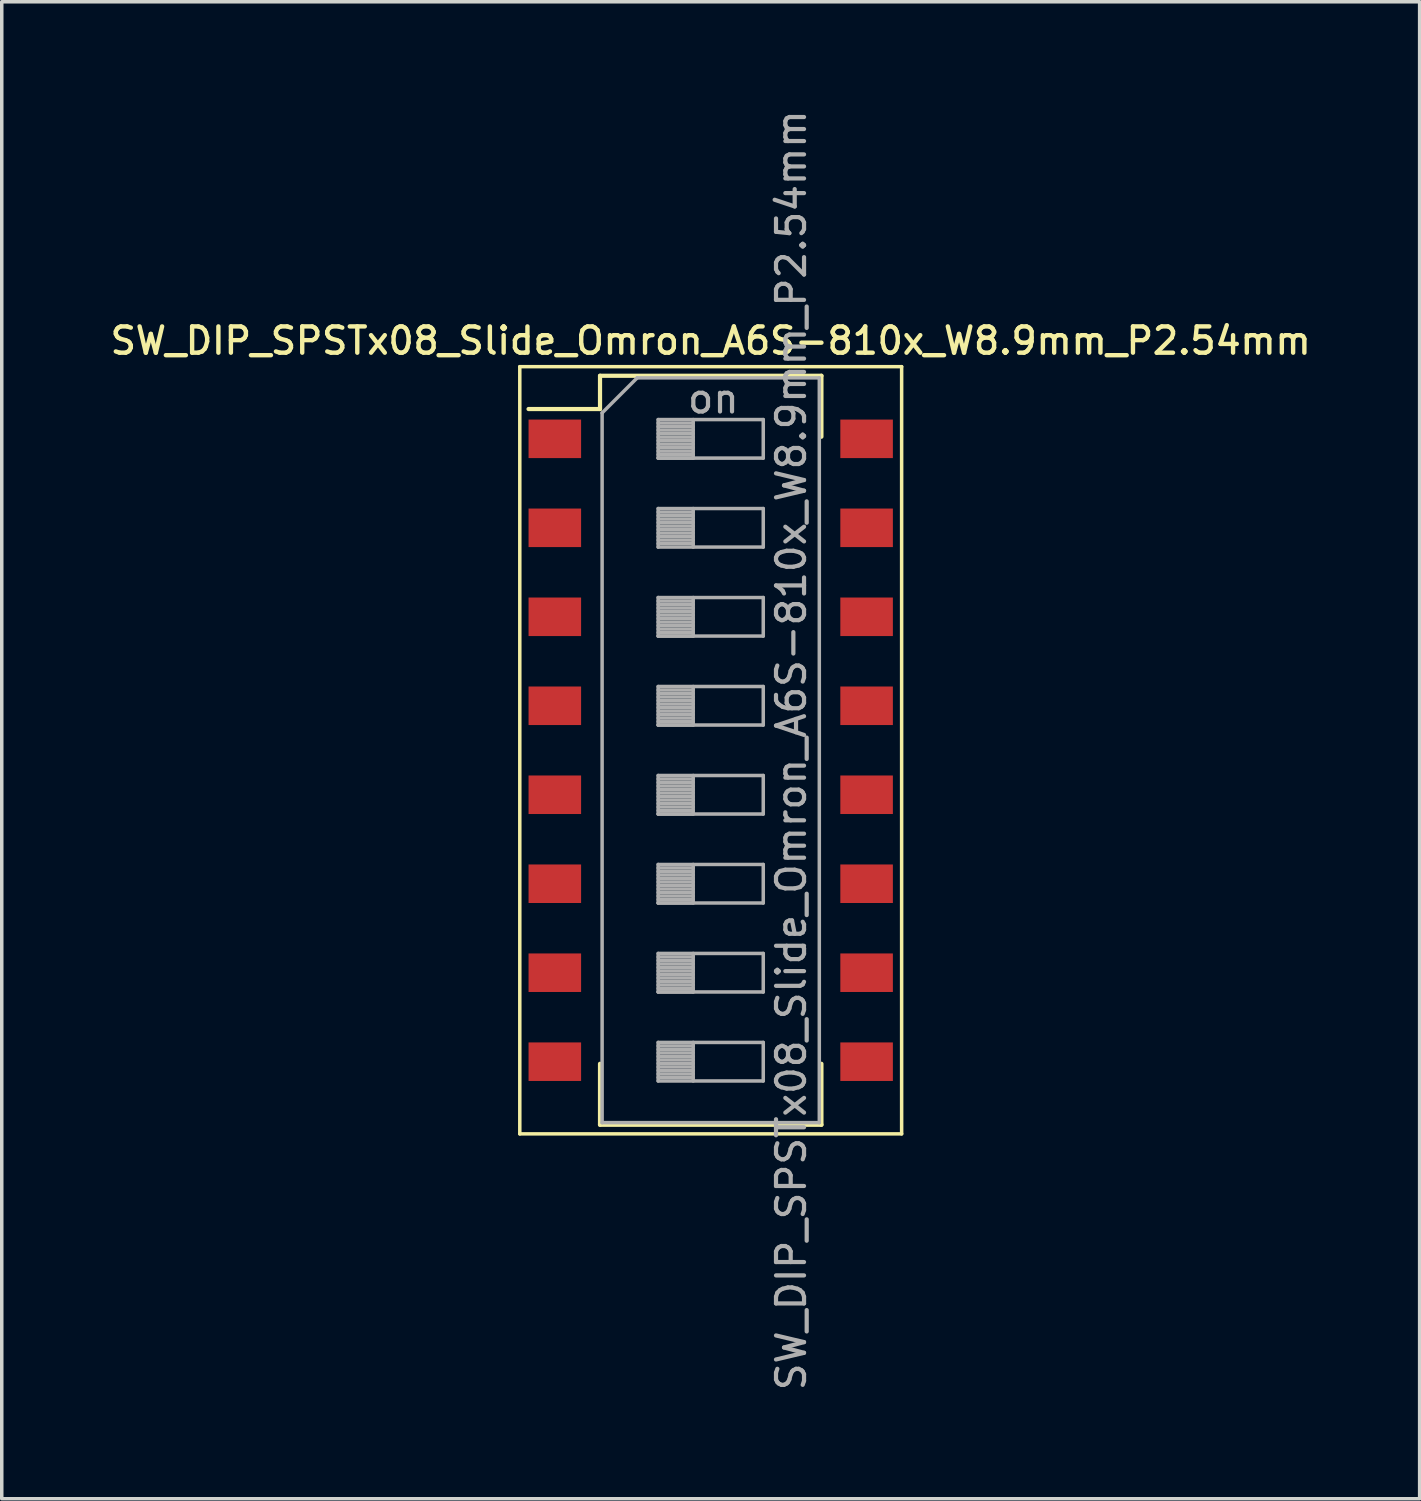
<source format=kicad_pcb>
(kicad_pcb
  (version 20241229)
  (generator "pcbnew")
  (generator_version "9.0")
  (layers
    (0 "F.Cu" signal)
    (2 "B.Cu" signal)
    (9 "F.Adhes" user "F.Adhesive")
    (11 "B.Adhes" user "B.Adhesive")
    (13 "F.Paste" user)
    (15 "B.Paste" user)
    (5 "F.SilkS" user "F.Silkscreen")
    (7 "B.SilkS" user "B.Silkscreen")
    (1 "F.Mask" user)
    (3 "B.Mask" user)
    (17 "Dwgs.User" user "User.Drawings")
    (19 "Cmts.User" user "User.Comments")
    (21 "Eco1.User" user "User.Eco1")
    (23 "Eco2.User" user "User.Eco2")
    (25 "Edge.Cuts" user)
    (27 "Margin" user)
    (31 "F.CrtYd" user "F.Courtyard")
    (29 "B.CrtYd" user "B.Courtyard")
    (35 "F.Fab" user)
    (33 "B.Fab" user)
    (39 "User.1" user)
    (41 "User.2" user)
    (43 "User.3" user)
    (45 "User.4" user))
  (footprint "SW_DIP_SPSTx08_Slide_Omron_A6S-810x_W8.9mm_P2.54mm"
    (layer "F.Cu")
    (at 17.238 18.367)
    (property "Reference" "SW_DIP_SPSTx08_Slide_Omron_A6S-810x_W8.9mm_P2.54mm" (at 0 -11.69 0) (layer "F.SilkS") (effects (font (size 0.75 0.75) (thickness 0.125))))
    (attr smd)
    (fp_line (start -5.45 -10.95) (end -5.45 10.95) (stroke (width 0.1) (type solid)) (layer "F.SilkS"))
    (fp_line (start -5.45 10.95) (end 5.45 10.95) (stroke (width 0.1) (type solid)) (layer "F.SilkS"))
    (fp_line (start -5.2 -9.741) (end -3.16 -9.741) (stroke (width 0.12) (type solid)) (layer "F.SilkS"))
    (fp_line (start -3.16 -10.69) (end -3.16 -9.741) (stroke (width 0.12) (type solid)) (layer "F.SilkS"))
    (fp_line (start -3.16 -10.69) (end 3.16 -10.69) (stroke (width 0.12) (type solid)) (layer "F.SilkS"))
    (fp_line (start -3.16 8.95) (end -3.16 10.69) (stroke (width 0.12) (type solid)) (layer "F.SilkS"))
    (fp_line (start -3.16 10.69) (end 3.16 10.69) (stroke (width 0.12) (type solid)) (layer "F.SilkS"))
    (fp_line (start 3.16 -10.69) (end 3.16 -8.951) (stroke (width 0.12) (type solid)) (layer "F.SilkS"))
    (fp_line (start 3.16 8.95) (end 3.16 10.69) (stroke (width 0.12) (type solid)) (layer "F.SilkS"))
    (fp_line (start 5.45 -10.95) (end -5.45 -10.95) (stroke (width 0.1) (type solid)) (layer "F.SilkS"))
    (fp_line (start 5.45 10.95) (end 5.45 -10.95) (stroke (width 0.1) (type solid)) (layer "F.SilkS"))
    (fp_line (start -3.1 -9.63) (end -2.1 -10.63) (stroke (width 0.1) (type solid)) (layer "F.Fab"))
    (fp_line (start -3.1 10.63) (end -3.1 -9.63) (stroke (width 0.1) (type solid)) (layer "F.Fab"))
    (fp_line (start -2.1 -10.63) (end 3.1 -10.63) (stroke (width 0.1) (type solid)) (layer "F.Fab"))
    (fp_line (start -1.5 -9.44) (end -1.5 -8.34) (stroke (width 0.1) (type solid)) (layer "F.Fab"))
    (fp_line (start -1.5 -9.34) (end -0.5 -9.34) (stroke (width 0.1) (type solid)) (layer "F.Fab"))
    (fp_line (start -1.5 -9.24) (end -0.5 -9.24) (stroke (width 0.1) (type solid)) (layer "F.Fab"))
    (fp_line (start -1.5 -9.14) (end -0.5 -9.14) (stroke (width 0.1) (type solid)) (layer "F.Fab"))
    (fp_line (start -1.5 -9.04) (end -0.5 -9.04) (stroke (width 0.1) (type solid)) (layer "F.Fab"))
    (fp_line (start -1.5 -8.94) (end -0.5 -8.94) (stroke (width 0.1) (type solid)) (layer "F.Fab"))
    (fp_line (start -1.5 -8.84) (end -0.5 -8.84) (stroke (width 0.1) (type solid)) (layer "F.Fab"))
    (fp_line (start -1.5 -8.74) (end -0.5 -8.74) (stroke (width 0.1) (type solid)) (layer "F.Fab"))
    (fp_line (start -1.5 -8.64) (end -0.5 -8.64) (stroke (width 0.1) (type solid)) (layer "F.Fab"))
    (fp_line (start -1.5 -8.54) (end -0.5 -8.54) (stroke (width 0.1) (type solid)) (layer "F.Fab"))
    (fp_line (start -1.5 -8.44) (end -0.5 -8.44) (stroke (width 0.1) (type solid)) (layer "F.Fab"))
    (fp_line (start -1.5 -8.34) (end -0.5 -8.34) (stroke (width 0.1) (type solid)) (layer "F.Fab"))
    (fp_line (start -1.5 -8.34) (end 1.5 -8.34) (stroke (width 0.1) (type solid)) (layer "F.Fab"))
    (fp_line (start -1.5 -6.9) (end -1.5 -5.8) (stroke (width 0.1) (type solid)) (layer "F.Fab"))
    (fp_line (start -1.5 -6.8) (end -0.5 -6.8) (stroke (width 0.1) (type solid)) (layer "F.Fab"))
    (fp_line (start -1.5 -6.7) (end -0.5 -6.7) (stroke (width 0.1) (type solid)) (layer "F.Fab"))
    (fp_line (start -1.5 -6.6) (end -0.5 -6.6) (stroke (width 0.1) (type solid)) (layer "F.Fab"))
    (fp_line (start -1.5 -6.5) (end -0.5 -6.5) (stroke (width 0.1) (type solid)) (layer "F.Fab"))
    (fp_line (start -1.5 -6.4) (end -0.5 -6.4) (stroke (width 0.1) (type solid)) (layer "F.Fab"))
    (fp_line (start -1.5 -6.3) (end -0.5 -6.3) (stroke (width 0.1) (type solid)) (layer "F.Fab"))
    (fp_line (start -1.5 -6.2) (end -0.5 -6.2) (stroke (width 0.1) (type solid)) (layer "F.Fab"))
    (fp_line (start -1.5 -6.1) (end -0.5 -6.1) (stroke (width 0.1) (type solid)) (layer "F.Fab"))
    (fp_line (start -1.5 -6) (end -0.5 -6) (stroke (width 0.1) (type solid)) (layer "F.Fab"))
    (fp_line (start -1.5 -5.9) (end -0.5 -5.9) (stroke (width 0.1) (type solid)) (layer "F.Fab"))
    (fp_line (start -1.5 -5.8) (end 1.5 -5.8) (stroke (width 0.1) (type solid)) (layer "F.Fab"))
    (fp_line (start -1.5 -4.36) (end -1.5 -3.26) (stroke (width 0.1) (type solid)) (layer "F.Fab"))
    (fp_line (start -1.5 -4.26) (end -0.5 -4.26) (stroke (width 0.1) (type solid)) (layer "F.Fab"))
    (fp_line (start -1.5 -4.16) (end -0.5 -4.16) (stroke (width 0.1) (type solid)) (layer "F.Fab"))
    (fp_line (start -1.5 -4.06) (end -0.5 -4.06) (stroke (width 0.1) (type solid)) (layer "F.Fab"))
    (fp_line (start -1.5 -3.96) (end -0.5 -3.96) (stroke (width 0.1) (type solid)) (layer "F.Fab"))
    (fp_line (start -1.5 -3.86) (end -0.5 -3.86) (stroke (width 0.1) (type solid)) (layer "F.Fab"))
    (fp_line (start -1.5 -3.76) (end -0.5 -3.76) (stroke (width 0.1) (type solid)) (layer "F.Fab"))
    (fp_line (start -1.5 -3.66) (end -0.5 -3.66) (stroke (width 0.1) (type solid)) (layer "F.Fab"))
    (fp_line (start -1.5 -3.56) (end -0.5 -3.56) (stroke (width 0.1) (type solid)) (layer "F.Fab"))
    (fp_line (start -1.5 -3.46) (end -0.5 -3.46) (stroke (width 0.1) (type solid)) (layer "F.Fab"))
    (fp_line (start -1.5 -3.36) (end -0.5 -3.36) (stroke (width 0.1) (type solid)) (layer "F.Fab"))
    (fp_line (start -1.5 -3.26) (end -0.5 -3.26) (stroke (width 0.1) (type solid)) (layer "F.Fab"))
    (fp_line (start -1.5 -3.26) (end 1.5 -3.26) (stroke (width 0.1) (type solid)) (layer "F.Fab"))
    (fp_line (start -1.5 -1.82) (end -1.5 -0.72) (stroke (width 0.1) (type solid)) (layer "F.Fab"))
    (fp_line (start -1.5 -1.72) (end -0.5 -1.72) (stroke (width 0.1) (type solid)) (layer "F.Fab"))
    (fp_line (start -1.5 -1.62) (end -0.5 -1.62) (stroke (width 0.1) (type solid)) (layer "F.Fab"))
    (fp_line (start -1.5 -1.52) (end -0.5 -1.52) (stroke (width 0.1) (type solid)) (layer "F.Fab"))
    (fp_line (start -1.5 -1.42) (end -0.5 -1.42) (stroke (width 0.1) (type solid)) (layer "F.Fab"))
    (fp_line (start -1.5 -1.32) (end -0.5 -1.32) (stroke (width 0.1) (type solid)) (layer "F.Fab"))
    (fp_line (start -1.5 -1.22) (end -0.5 -1.22) (stroke (width 0.1) (type solid)) (layer "F.Fab"))
    (fp_line (start -1.5 -1.12) (end -0.5 -1.12) (stroke (width 0.1) (type solid)) (layer "F.Fab"))
    (fp_line (start -1.5 -1.02) (end -0.5 -1.02) (stroke (width 0.1) (type solid)) (layer "F.Fab"))
    (fp_line (start -1.5 -0.92) (end -0.5 -0.92) (stroke (width 0.1) (type solid)) (layer "F.Fab"))
    (fp_line (start -1.5 -0.82) (end -0.5 -0.82) (stroke (width 0.1) (type solid)) (layer "F.Fab"))
    (fp_line (start -1.5 -0.72) (end -0.5 -0.72) (stroke (width 0.1) (type solid)) (layer "F.Fab"))
    (fp_line (start -1.5 -0.72) (end 1.5 -0.72) (stroke (width 0.1) (type solid)) (layer "F.Fab"))
    (fp_line (start -1.5 0.72) (end -1.5 1.82) (stroke (width 0.1) (type solid)) (layer "F.Fab"))
    (fp_line (start -1.5 0.82) (end -0.5 0.82) (stroke (width 0.1) (type solid)) (layer "F.Fab"))
    (fp_line (start -1.5 0.92) (end -0.5 0.92) (stroke (width 0.1) (type solid)) (layer "F.Fab"))
    (fp_line (start -1.5 1.02) (end -0.5 1.02) (stroke (width 0.1) (type solid)) (layer "F.Fab"))
    (fp_line (start -1.5 1.12) (end -0.5 1.12) (stroke (width 0.1) (type solid)) (layer "F.Fab"))
    (fp_line (start -1.5 1.22) (end -0.5 1.22) (stroke (width 0.1) (type solid)) (layer "F.Fab"))
    (fp_line (start -1.5 1.32) (end -0.5 1.32) (stroke (width 0.1) (type solid)) (layer "F.Fab"))
    (fp_line (start -1.5 1.42) (end -0.5 1.42) (stroke (width 0.1) (type solid)) (layer "F.Fab"))
    (fp_line (start -1.5 1.52) (end -0.5 1.52) (stroke (width 0.1) (type solid)) (layer "F.Fab"))
    (fp_line (start -1.5 1.62) (end -0.5 1.62) (stroke (width 0.1) (type solid)) (layer "F.Fab"))
    (fp_line (start -1.5 1.72) (end -0.5 1.72) (stroke (width 0.1) (type solid)) (layer "F.Fab"))
    (fp_line (start -1.5 1.82) (end -0.5 1.82) (stroke (width 0.1) (type solid)) (layer "F.Fab"))
    (fp_line (start -1.5 1.82) (end 1.5 1.82) (stroke (width 0.1) (type solid)) (layer "F.Fab"))
    (fp_line (start -1.5 3.26) (end -1.5 4.36) (stroke (width 0.1) (type solid)) (layer "F.Fab"))
    (fp_line (start -1.5 3.36) (end -0.5 3.36) (stroke (width 0.1) (type solid)) (layer "F.Fab"))
    (fp_line (start -1.5 3.46) (end -0.5 3.46) (stroke (width 0.1) (type solid)) (layer "F.Fab"))
    (fp_line (start -1.5 3.56) (end -0.5 3.56) (stroke (width 0.1) (type solid)) (layer "F.Fab"))
    (fp_line (start -1.5 3.66) (end -0.5 3.66) (stroke (width 0.1) (type solid)) (layer "F.Fab"))
    (fp_line (start -1.5 3.76) (end -0.5 3.76) (stroke (width 0.1) (type solid)) (layer "F.Fab"))
    (fp_line (start -1.5 3.86) (end -0.5 3.86) (stroke (width 0.1) (type solid)) (layer "F.Fab"))
    (fp_line (start -1.5 3.96) (end -0.5 3.96) (stroke (width 0.1) (type solid)) (layer "F.Fab"))
    (fp_line (start -1.5 4.06) (end -0.5 4.06) (stroke (width 0.1) (type solid)) (layer "F.Fab"))
    (fp_line (start -1.5 4.16) (end -0.5 4.16) (stroke (width 0.1) (type solid)) (layer "F.Fab"))
    (fp_line (start -1.5 4.26) (end -0.5 4.26) (stroke (width 0.1) (type solid)) (layer "F.Fab"))
    (fp_line (start -1.5 4.36) (end -0.5 4.36) (stroke (width 0.1) (type solid)) (layer "F.Fab"))
    (fp_line (start -1.5 4.36) (end 1.5 4.36) (stroke (width 0.1) (type solid)) (layer "F.Fab"))
    (fp_line (start -1.5 5.8) (end -1.5 6.9) (stroke (width 0.1) (type solid)) (layer "F.Fab"))
    (fp_line (start -1.5 5.9) (end -0.5 5.9) (stroke (width 0.1) (type solid)) (layer "F.Fab"))
    (fp_line (start -1.5 6) (end -0.5 6) (stroke (width 0.1) (type solid)) (layer "F.Fab"))
    (fp_line (start -1.5 6.1) (end -0.5 6.1) (stroke (width 0.1) (type solid)) (layer "F.Fab"))
    (fp_line (start -1.5 6.2) (end -0.5 6.2) (stroke (width 0.1) (type solid)) (layer "F.Fab"))
    (fp_line (start -1.5 6.3) (end -0.5 6.3) (stroke (width 0.1) (type solid)) (layer "F.Fab"))
    (fp_line (start -1.5 6.4) (end -0.5 6.4) (stroke (width 0.1) (type solid)) (layer "F.Fab"))
    (fp_line (start -1.5 6.5) (end -0.5 6.5) (stroke (width 0.1) (type solid)) (layer "F.Fab"))
    (fp_line (start -1.5 6.6) (end -0.5 6.6) (stroke (width 0.1) (type solid)) (layer "F.Fab"))
    (fp_line (start -1.5 6.7) (end -0.5 6.7) (stroke (width 0.1) (type solid)) (layer "F.Fab"))
    (fp_line (start -1.5 6.8) (end -0.5 6.8) (stroke (width 0.1) (type solid)) (layer "F.Fab"))
    (fp_line (start -1.5 6.9) (end -0.5 6.9) (stroke (width 0.1) (type solid)) (layer "F.Fab"))
    (fp_line (start -1.5 6.9) (end 1.5 6.9) (stroke (width 0.1) (type solid)) (layer "F.Fab"))
    (fp_line (start -1.5 8.34) (end -1.5 9.44) (stroke (width 0.1) (type solid)) (layer "F.Fab"))
    (fp_line (start -1.5 8.44) (end -0.5 8.44) (stroke (width 0.1) (type solid)) (layer "F.Fab"))
    (fp_line (start -1.5 8.54) (end -0.5 8.54) (stroke (width 0.1) (type solid)) (layer "F.Fab"))
    (fp_line (start -1.5 8.64) (end -0.5 8.64) (stroke (width 0.1) (type solid)) (layer "F.Fab"))
    (fp_line (start -1.5 8.74) (end -0.5 8.74) (stroke (width 0.1) (type solid)) (layer "F.Fab"))
    (fp_line (start -1.5 8.84) (end -0.5 8.84) (stroke (width 0.1) (type solid)) (layer "F.Fab"))
    (fp_line (start -1.5 8.94) (end -0.5 8.94) (stroke (width 0.1) (type solid)) (layer "F.Fab"))
    (fp_line (start -1.5 9.04) (end -0.5 9.04) (stroke (width 0.1) (type solid)) (layer "F.Fab"))
    (fp_line (start -1.5 9.14) (end -0.5 9.14) (stroke (width 0.1) (type solid)) (layer "F.Fab"))
    (fp_line (start -1.5 9.24) (end -0.5 9.24) (stroke (width 0.1) (type solid)) (layer "F.Fab"))
    (fp_line (start -1.5 9.34) (end -0.5 9.34) (stroke (width 0.1) (type solid)) (layer "F.Fab"))
    (fp_line (start -1.5 9.44) (end 1.5 9.44) (stroke (width 0.1) (type solid)) (layer "F.Fab"))
    (fp_line (start -0.5 -9.44) (end -0.5 -8.34) (stroke (width 0.1) (type solid)) (layer "F.Fab"))
    (fp_line (start -0.5 -6.9) (end -0.5 -5.8) (stroke (width 0.1) (type solid)) (layer "F.Fab"))
    (fp_line (start -0.5 -4.36) (end -0.5 -3.26) (stroke (width 0.1) (type solid)) (layer "F.Fab"))
    (fp_line (start -0.5 -1.82) (end -0.5 -0.72) (stroke (width 0.1) (type solid)) (layer "F.Fab"))
    (fp_line (start -0.5 0.72) (end -0.5 1.82) (stroke (width 0.1) (type solid)) (layer "F.Fab"))
    (fp_line (start -0.5 3.26) (end -0.5 4.36) (stroke (width 0.1) (type solid)) (layer "F.Fab"))
    (fp_line (start -0.5 5.8) (end -0.5 6.9) (stroke (width 0.1) (type solid)) (layer "F.Fab"))
    (fp_line (start -0.5 8.34) (end -0.5 9.44) (stroke (width 0.1) (type solid)) (layer "F.Fab"))
    (fp_line (start 1.5 -9.44) (end -1.5 -9.44) (stroke (width 0.1) (type solid)) (layer "F.Fab"))
    (fp_line (start 1.5 -8.34) (end 1.5 -9.44) (stroke (width 0.1) (type solid)) (layer "F.Fab"))
    (fp_line (start 1.5 -6.9) (end -1.5 -6.9) (stroke (width 0.1) (type solid)) (layer "F.Fab"))
    (fp_line (start 1.5 -5.8) (end 1.5 -6.9) (stroke (width 0.1) (type solid)) (layer "F.Fab"))
    (fp_line (start 1.5 -4.36) (end -1.5 -4.36) (stroke (width 0.1) (type solid)) (layer "F.Fab"))
    (fp_line (start 1.5 -3.26) (end 1.5 -4.36) (stroke (width 0.1) (type solid)) (layer "F.Fab"))
    (fp_line (start 1.5 -1.82) (end -1.5 -1.82) (stroke (width 0.1) (type solid)) (layer "F.Fab"))
    (fp_line (start 1.5 -0.72) (end 1.5 -1.82) (stroke (width 0.1) (type solid)) (layer "F.Fab"))
    (fp_line (start 1.5 0.72) (end -1.5 0.72) (stroke (width 0.1) (type solid)) (layer "F.Fab"))
    (fp_line (start 1.5 1.82) (end 1.5 0.72) (stroke (width 0.1) (type solid)) (layer "F.Fab"))
    (fp_line (start 1.5 3.26) (end -1.5 3.26) (stroke (width 0.1) (type solid)) (layer "F.Fab"))
    (fp_line (start 1.5 4.36) (end 1.5 3.26) (stroke (width 0.1) (type solid)) (layer "F.Fab"))
    (fp_line (start 1.5 5.8) (end -1.5 5.8) (stroke (width 0.1) (type solid)) (layer "F.Fab"))
    (fp_line (start 1.5 6.9) (end 1.5 5.8) (stroke (width 0.1) (type solid)) (layer "F.Fab"))
    (fp_line (start 1.5 8.34) (end -1.5 8.34) (stroke (width 0.1) (type solid)) (layer "F.Fab"))
    (fp_line (start 1.5 9.44) (end 1.5 8.34) (stroke (width 0.1) (type solid)) (layer "F.Fab"))
    (fp_line (start 3.1 -10.63) (end 3.1 10.63) (stroke (width 0.1) (type solid)) (layer "F.Fab"))
    (fp_line (start 3.1 10.63) (end -3.1 10.63) (stroke (width 0.1) (type solid)) (layer "F.Fab"))
    (fp_text user "on" (at 0.075 -10.035 0) (layer "F.Fab") (effects (font (size 0.8 0.8) (thickness 0.12))))
    (fp_text user "${REFERENCE}" (at 2.3 0 90) (layer "F.Fab") (effects (font (size 0.8 0.8) (thickness 0.12))))
    (pad "1" smd rect (at -4.45 -8.89) (size 1.5 1.1) (layers "F.Cu" "F.Mask" "F.Paste"))
    (pad "2" smd rect (at -4.45 -6.35) (size 1.5 1.1) (layers "F.Cu" "F.Mask" "F.Paste"))
    (pad "3" smd rect (at -4.45 -3.81) (size 1.5 1.1) (layers "F.Cu" "F.Mask" "F.Paste"))
    (pad "4" smd rect (at -4.45 -1.27) (size 1.5 1.1) (layers "F.Cu" "F.Mask" "F.Paste"))
    (pad "5" smd rect (at -4.45 1.27) (size 1.5 1.1) (layers "F.Cu" "F.Mask" "F.Paste"))
    (pad "6" smd rect (at -4.45 3.81) (size 1.5 1.1) (layers "F.Cu" "F.Mask" "F.Paste"))
    (pad "7" smd rect (at -4.45 6.35) (size 1.5 1.1) (layers "F.Cu" "F.Mask" "F.Paste"))
    (pad "8" smd rect (at -4.45 8.89) (size 1.5 1.1) (layers "F.Cu" "F.Mask" "F.Paste"))
    (pad "9" smd rect (at 4.45 8.89) (size 1.5 1.1) (layers "F.Cu" "F.Mask" "F.Paste"))
    (pad "10" smd rect (at 4.45 6.35) (size 1.5 1.1) (layers "F.Cu" "F.Mask" "F.Paste"))
    (pad "11" smd rect (at 4.45 3.81) (size 1.5 1.1) (layers "F.Cu" "F.Mask" "F.Paste"))
    (pad "12" smd rect (at 4.45 1.27) (size 1.5 1.1) (layers "F.Cu" "F.Mask" "F.Paste"))
    (pad "13" smd rect (at 4.45 -1.27) (size 1.5 1.1) (layers "F.Cu" "F.Mask" "F.Paste"))
    (pad "14" smd rect (at 4.45 -3.81) (size 1.5 1.1) (layers "F.Cu" "F.Mask" "F.Paste"))
    (pad "15" smd rect (at 4.45 -6.35) (size 1.5 1.1) (layers "F.Cu" "F.Mask" "F.Paste"))
    (pad "16" smd rect (at 4.45 -8.89) (size 1.5 1.1) (layers "F.Cu" "F.Mask" "F.Paste")))
  (gr_rect
    (start -3 -3)
    (end 37.475 39.733)
    (stroke (width 0.1) (type default))
    (fill no)
    (layer "Edge.Cuts")))
</source>
